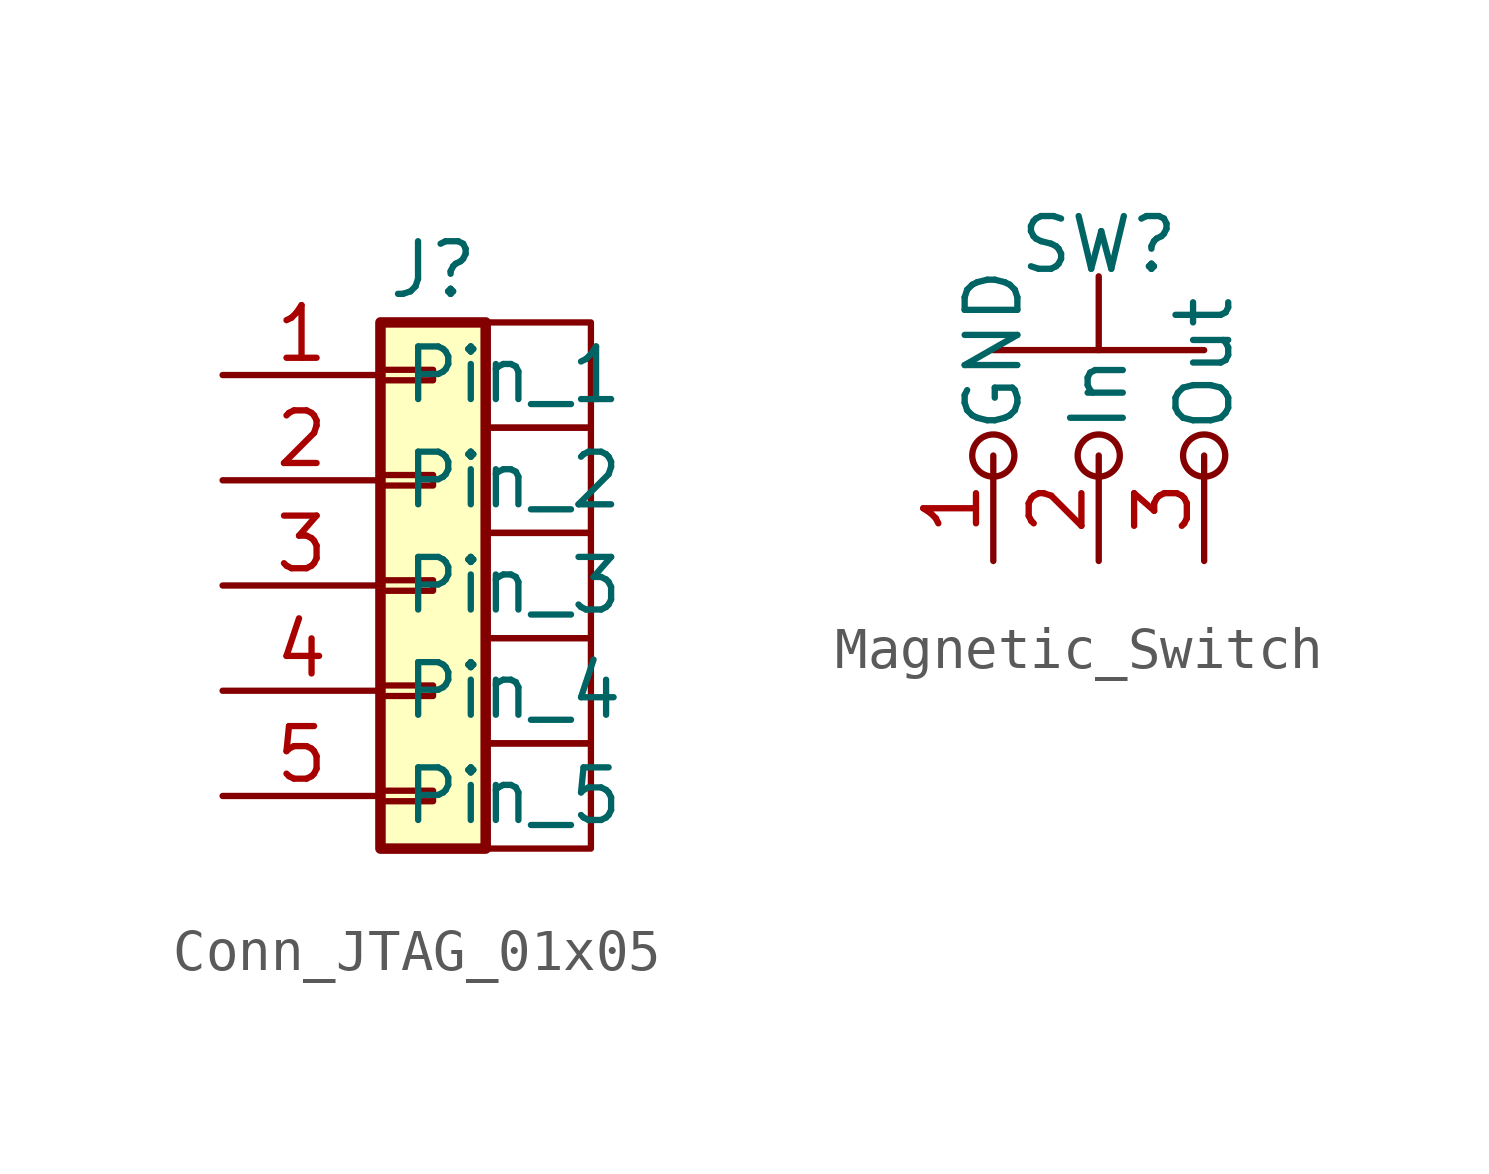
<source format=kicad_sym>
(kicad_symbol_lib
  (version 20220914)
  (generator kicad_symbol_editor)
  (symbol "Conn_JTAG_01x05"
    (property "Reference" "J"
      (at 0 7.62 0)
      (effects (font (size 1.27 1.27))))
    (property "Value" ""
      (at 0 0 0)
      (effects (font (size 1.27 1.27))))
    (symbol "Conn_JTAG_01x05_0_1"
      (rectangle (start 1.27 -3.81) (end 3.81 -6.35) (stroke (width 0) (type default)) (fill (type none)))
      (rectangle (start 1.27 -1.27) (end 3.81 -3.81) (stroke (width 0) (type default)) (fill (type none)))
      (rectangle (start 1.27 1.27) (end 3.81 -1.27) (stroke (width 0) (type default)) (fill (type none)))
      (rectangle (start 1.27 3.81) (end 3.81 1.27) (stroke (width 0) (type default)) (fill (type none)))
      (rectangle (start 1.27 6.35) (end 3.81 3.81) (stroke (width 0) (type default)) (fill (type none))))
    (symbol "Conn_JTAG_01x05_1_1"
      (rectangle (start -1.27 -4.953) (end 0 -5.207) (stroke (width 0.152) (type default)) (fill (type none)))
      (rectangle (start -1.27 -2.413) (end 0 -2.667) (stroke (width 0.152) (type default)) (fill (type none)))
      (rectangle (start -1.27 0.127) (end 0 -0.127) (stroke (width 0.152) (type default)) (fill (type none)))
      (rectangle (start -1.27 2.667) (end 0 2.413) (stroke (width 0.152) (type default)) (fill (type none)))
      (rectangle (start -1.27 5.207) (end 0 4.953) (stroke (width 0.152) (type default)) (fill (type none)))
      (rectangle (start -1.27 6.35) (end 1.27 -6.35) (stroke (width 0.254) (type default)) (fill (type background)))
      (pin passive line (at -5.08 5.08 0) (length 3.81) (name "Pin_1" (effects (font (size 1.27 1.27)))) (number "1" (effects (font (size 1.27 1.27)))))
      (pin passive line (at -5.08 2.54 0) (length 3.81) (name "Pin_2" (effects (font (size 1.27 1.27)))) (number "2" (effects (font (size 1.27 1.27)))))
      (pin passive line (at -5.08 0 0) (length 3.81) (name "Pin_3" (effects (font (size 1.27 1.27)))) (number "3" (effects (font (size 1.27 1.27)))))
      (pin passive line (at -5.08 -2.54 0) (length 3.81) (name "Pin_4" (effects (font (size 1.27 1.27)))) (number "4" (effects (font (size 1.27 1.27)))))
      (pin passive line (at -5.08 -5.08 0) (length 3.81) (name "Pin_5" (effects (font (size 1.27 1.27)))) (number "5" (effects (font (size 1.27 1.27)))))))
  (symbol "Magnetic_Switch"
    (property "Reference" "SW"
      (at 0 0 0)
      (effects (font (size 1.27 1.27))))
    (property "Value" ""
      (at 0 0 0)
      (effects (font (size 1.27 1.27))))
    (symbol "Magnetic_Switch_0_1"
      (circle (center -2.54 -5.08) (radius 0.508) (stroke (width 0) (type default)) (fill (type none)))
      (circle (center 0 -5.08) (radius 0.508) (stroke (width 0) (type default)) (fill (type none)))
      (polyline (pts (xy 0 -2.54) (xy 0 -0.762)) (stroke (width 0) (type default)) (fill (type none)))
      (polyline (pts (xy 2.54 -2.54) (xy -2.54 -2.54)) (stroke (width 0) (type default)) (fill (type none)))
      (circle (center 2.54 -5.08) (radius 0.508) (stroke (width 0) (type default)) (fill (type none))))
    (symbol "Magnetic_Switch_1_1"
      (pin passive line (at -2.54 -7.62 90) (length 2.54) (name "GND" (effects (font (size 1.27 1.27)))) (number "1" (effects (font (size 1.27 1.27)))))
      (pin passive line (at 0 -7.62 90) (length 2.54) (name "In" (effects (font (size 1.27 1.27)))) (number "2" (effects (font (size 1.27 1.27)))))
      (pin passive line (at 2.54 -7.62 90) (length 2.54) (name "Out" (effects (font (size 1.27 1.27)))) (number "3" (effects (font (size 1.27 1.27))))))))
</source>
